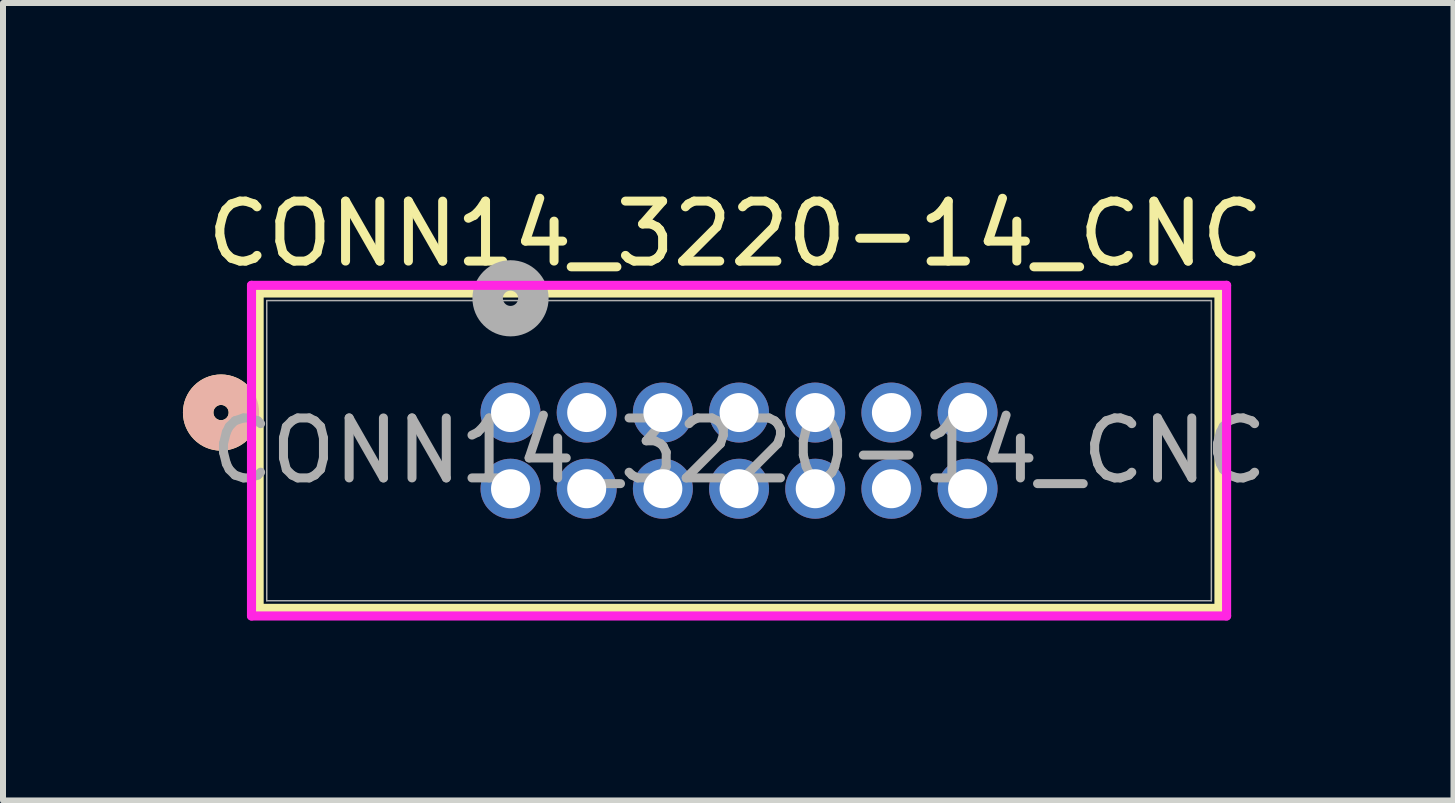
<source format=kicad_pcb>
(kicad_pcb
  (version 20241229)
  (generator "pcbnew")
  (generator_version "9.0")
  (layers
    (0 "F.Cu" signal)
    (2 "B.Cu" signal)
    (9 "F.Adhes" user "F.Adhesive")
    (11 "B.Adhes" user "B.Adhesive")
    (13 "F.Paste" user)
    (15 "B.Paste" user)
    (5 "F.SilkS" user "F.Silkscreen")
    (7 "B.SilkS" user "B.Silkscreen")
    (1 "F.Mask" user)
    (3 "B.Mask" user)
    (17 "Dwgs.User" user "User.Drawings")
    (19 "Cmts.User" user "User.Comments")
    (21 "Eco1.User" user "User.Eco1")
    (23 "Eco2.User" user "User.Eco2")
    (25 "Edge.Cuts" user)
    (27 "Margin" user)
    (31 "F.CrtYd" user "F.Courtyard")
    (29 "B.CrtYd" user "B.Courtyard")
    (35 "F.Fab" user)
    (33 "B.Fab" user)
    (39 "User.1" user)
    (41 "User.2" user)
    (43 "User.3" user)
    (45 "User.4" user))
  (footprint "CONN14_3220-14_CNC"
    (layer "F.Cu")
    (at 5.461 5.098)
    (property "Reference" "CONN14_3220-14_CNC" (at 3.75 -4.25 0) (unlocked yes) (layer "F.SilkS") (effects (font (size 1 1) (thickness 0.15))))
    (attr through_hole)
    (fp_line (start -4.191 -3.264) (end -4.191 1.994) (stroke (width 0.152) (type solid)) (layer "F.SilkS"))
    (fp_line (start -4.191 1.994) (end 11.811 1.994) (stroke (width 0.152) (type solid)) (layer "F.SilkS"))
    (fp_line (start 11.811 -3.264) (end -4.191 -3.264) (stroke (width 0.152) (type solid)) (layer "F.SilkS"))
    (fp_line (start 11.811 1.994) (end 11.811 -3.264) (stroke (width 0.152) (type solid)) (layer "F.SilkS"))
    (fp_circle (center -4.826 -1.27) (end -4.445 -1.27) (stroke (width 0.508) (type solid)) (fill no) (layer "F.SilkS"))
    (fp_circle (center -4.826 -1.27) (end -4.445 -1.27) (stroke (width 0.508) (type solid)) (fill no) (layer "B.SilkS"))
    (fp_line (start -4.318 -3.391) (end -4.318 2.121) (stroke (width 0.152) (type solid)) (layer "F.CrtYd"))
    (fp_line (start -4.318 2.121) (end 11.938 2.121) (stroke (width 0.152) (type solid)) (layer "F.CrtYd"))
    (fp_line (start 11.938 -3.391) (end -4.318 -3.391) (stroke (width 0.152) (type solid)) (layer "F.CrtYd"))
    (fp_line (start 11.938 2.121) (end 11.938 -3.391) (stroke (width 0.152) (type solid)) (layer "F.CrtYd"))
    (fp_line (start -4.064 -3.137) (end -4.064 1.867) (stroke (width 0.025) (type solid)) (layer "F.Fab"))
    (fp_line (start -4.064 1.867) (end 11.684 1.867) (stroke (width 0.025) (type solid)) (layer "F.Fab"))
    (fp_line (start 11.684 -3.137) (end -4.064 -3.137) (stroke (width 0.025) (type solid)) (layer "F.Fab"))
    (fp_line (start 11.684 1.867) (end 11.684 -3.137) (stroke (width 0.025) (type solid)) (layer "F.Fab"))
    (fp_circle (center 0 -3.175) (end 0.381 -3.175) (stroke (width 0.508) (type solid)) (fill no) (layer "F.Fab"))
    (fp_text user "${REFERENCE}" (at 3.81 -0.635 0) (unlocked yes) (layer "F.Fab") (effects (font (size 1 1) (thickness 0.15))))
    (pad "1" thru_hole circle (at 0 0) (size 1 1) (drill 0.65) (layers "*.Cu" "*.Mask"))
    (pad "2" thru_hole circle (at 0 -1.27) (size 1 1) (drill 0.65) (layers "*.Cu" "*.Mask"))
    (pad "3" thru_hole circle (at 1.27 0) (size 1 1) (drill 0.65) (layers "*.Cu" "*.Mask"))
    (pad "4" thru_hole circle (at 1.27 -1.27) (size 1 1) (drill 0.65) (layers "*.Cu" "*.Mask"))
    (pad "5" thru_hole circle (at 2.54 0) (size 1 1) (drill 0.65) (layers "*.Cu" "*.Mask"))
    (pad "6" thru_hole circle (at 2.54 -1.27) (size 1 1) (drill 0.65) (layers "*.Cu" "*.Mask"))
    (pad "7" thru_hole circle (at 3.81 0) (size 1 1) (drill 0.65) (layers "*.Cu" "*.Mask"))
    (pad "8" thru_hole circle (at 3.81 -1.27) (size 1 1) (drill 0.65) (layers "*.Cu" "*.Mask"))
    (pad "9" thru_hole circle (at 5.08 0) (size 1 1) (drill 0.65) (layers "*.Cu" "*.Mask"))
    (pad "10" thru_hole circle (at 5.08 -1.27) (size 1 1) (drill 0.65) (layers "*.Cu" "*.Mask"))
    (pad "11" thru_hole circle (at 6.35 0) (size 1 1) (drill 0.65) (layers "*.Cu" "*.Mask"))
    (pad "12" thru_hole circle (at 6.35 -1.27) (size 1 1) (drill 0.65) (layers "*.Cu" "*.Mask"))
    (pad "13" thru_hole circle (at 7.62 0) (size 1 1) (drill 0.65) (layers "*.Cu" "*.Mask"))
    (pad "14" thru_hole circle (at 7.62 -1.27) (size 1 1) (drill 0.65) (layers "*.Cu" "*.Mask")))
  (gr_rect
    (start -3 -3)
    (end 21.182 10.295)
    (stroke (width 0.1) (type default))
    (fill no)
    (layer "Edge.Cuts")))
</source>
